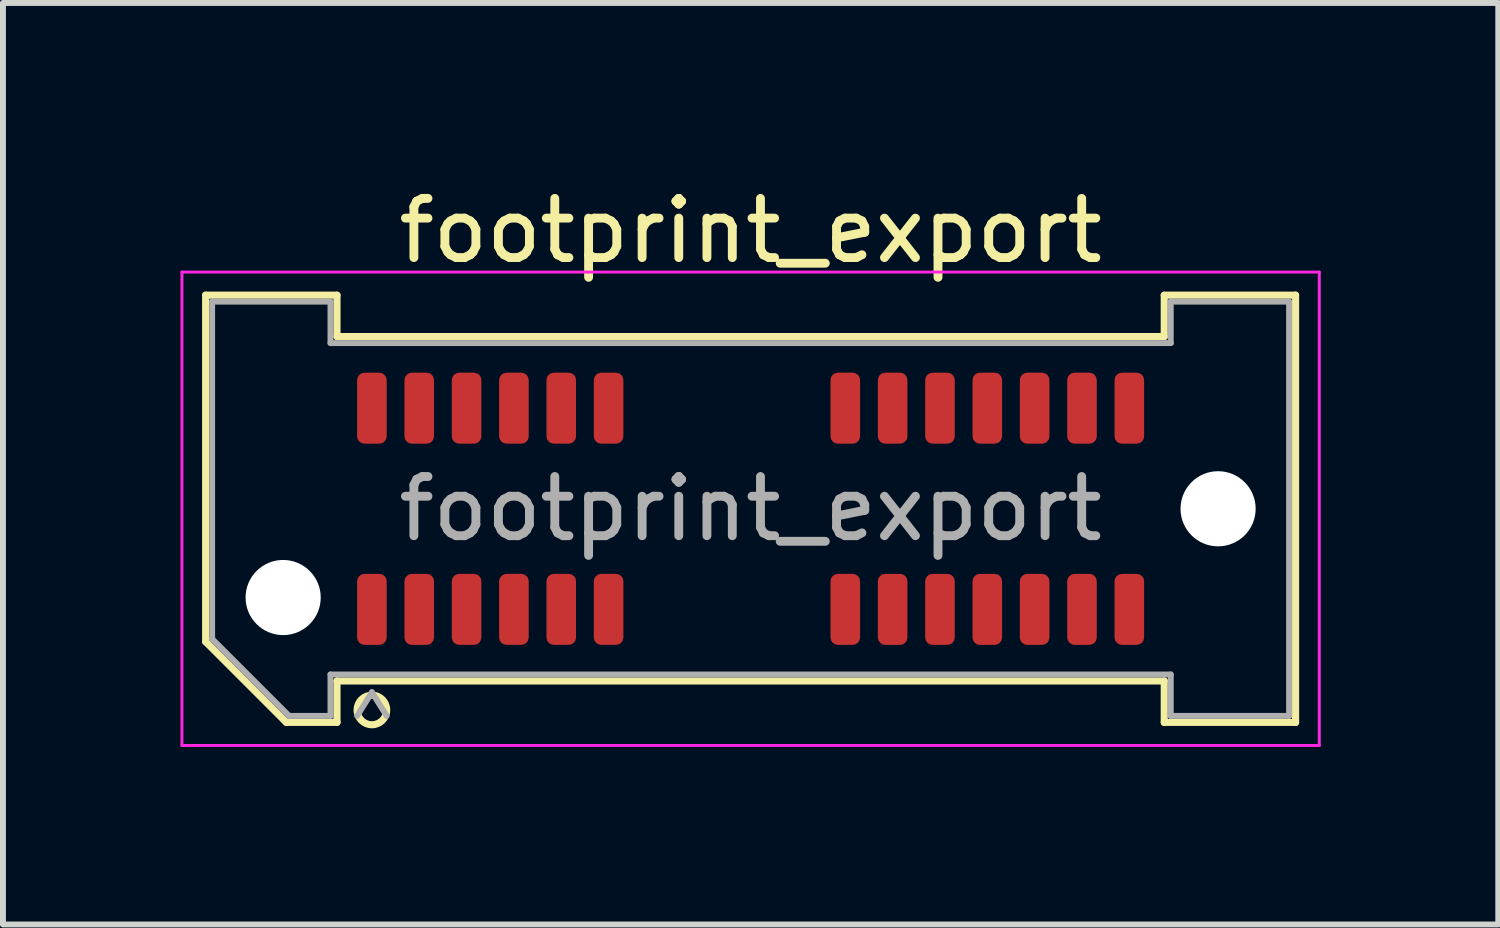
<source format=kicad_pcb>
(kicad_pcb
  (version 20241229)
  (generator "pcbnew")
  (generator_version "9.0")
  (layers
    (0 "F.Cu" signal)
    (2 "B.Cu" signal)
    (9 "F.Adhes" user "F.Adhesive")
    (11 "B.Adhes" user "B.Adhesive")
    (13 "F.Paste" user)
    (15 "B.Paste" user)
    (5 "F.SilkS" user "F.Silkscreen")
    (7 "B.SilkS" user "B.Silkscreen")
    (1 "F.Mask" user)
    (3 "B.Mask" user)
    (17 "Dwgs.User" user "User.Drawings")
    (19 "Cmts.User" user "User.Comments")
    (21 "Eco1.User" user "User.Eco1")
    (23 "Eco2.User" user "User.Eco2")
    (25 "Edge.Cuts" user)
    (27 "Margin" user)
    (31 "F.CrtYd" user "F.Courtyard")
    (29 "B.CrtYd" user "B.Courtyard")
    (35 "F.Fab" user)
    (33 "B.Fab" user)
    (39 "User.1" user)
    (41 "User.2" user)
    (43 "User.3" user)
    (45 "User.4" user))
  (footprint "footprint_export"
    (layer "F.Cu")
    (at 9.635 5.548)
    (property "Reference" "footprint_export" (at 0 -4.7 0) (layer "F.SilkS") (effects (font (size 1 1) (thickness 0.15))))
    (attr smd)
    (fp_line (start -9.21 -3.61) (end -6.99 -3.61) (stroke (width 0.12) (type solid)) (layer "F.SilkS"))
    (fp_line (start -9.21 2.246) (end -9.21 -3.61) (stroke (width 0.12) (type solid)) (layer "F.SilkS"))
    (fp_line (start -7.846 3.61) (end -9.21 2.246) (stroke (width 0.12) (type solid)) (layer "F.SilkS"))
    (fp_line (start -6.99 -3.61) (end -6.99 -2.91) (stroke (width 0.12) (type solid)) (layer "F.SilkS"))
    (fp_line (start -6.99 -2.91) (end 6.99 -2.91) (stroke (width 0.12) (type solid)) (layer "F.SilkS"))
    (fp_line (start -6.99 2.91) (end -6.99 3.61) (stroke (width 0.12) (type solid)) (layer "F.SilkS"))
    (fp_line (start -6.99 3.61) (end -7.846 3.61) (stroke (width 0.12) (type solid)) (layer "F.SilkS"))
    (fp_line (start 6.99 -3.61) (end 9.21 -3.61) (stroke (width 0.12) (type solid)) (layer "F.SilkS"))
    (fp_line (start 6.99 -2.91) (end 6.99 -3.61) (stroke (width 0.12) (type solid)) (layer "F.SilkS"))
    (fp_line (start 6.99 2.91) (end -6.99 2.91) (stroke (width 0.12) (type solid)) (layer "F.SilkS"))
    (fp_line (start 6.99 3.61) (end 6.99 2.91) (stroke (width 0.12) (type solid)) (layer "F.SilkS"))
    (fp_line (start 9.21 -3.61) (end 9.21 3.61) (stroke (width 0.12) (type solid)) (layer "F.SilkS"))
    (fp_line (start 9.21 3.61) (end 6.99 3.61) (stroke (width 0.12) (type solid)) (layer "F.SilkS"))
    (fp_arc (start -6.15 3.4) (mid -6.65 3.4) (end -6.15 3.4) (stroke (width 0.12) (type solid)) (layer "F.SilkS"))
    (fp_line (start -9.61 -4) (end -9.61 4) (stroke (width 0.05) (type solid)) (layer "F.CrtYd"))
    (fp_line (start -9.61 4) (end 9.61 4) (stroke (width 0.05) (type solid)) (layer "F.CrtYd"))
    (fp_line (start 9.61 -4) (end -9.61 -4) (stroke (width 0.05) (type solid)) (layer "F.CrtYd"))
    (fp_line (start 9.61 4) (end 9.61 -4) (stroke (width 0.05) (type solid)) (layer "F.CrtYd"))
    (fp_line (start -9.1 -3.5) (end -7.1 -3.5) (stroke (width 0.1) (type solid)) (layer "F.Fab"))
    (fp_line (start -9.1 2.2) (end -9.1 -3.5) (stroke (width 0.1) (type solid)) (layer "F.Fab"))
    (fp_line (start -7.8 3.5) (end -9.1 2.2) (stroke (width 0.1) (type solid)) (layer "F.Fab"))
    (fp_line (start -7.1 -3.5) (end -7.1 -2.8) (stroke (width 0.1) (type solid)) (layer "F.Fab"))
    (fp_line (start -7.1 -2.8) (end 7.1 -2.8) (stroke (width 0.1) (type solid)) (layer "F.Fab"))
    (fp_line (start -7.1 2.8) (end -7.1 3.5) (stroke (width 0.1) (type solid)) (layer "F.Fab"))
    (fp_line (start -7.1 3.5) (end -7.8 3.5) (stroke (width 0.1) (type solid)) (layer "F.Fab"))
    (fp_line (start -6.4 3.1) (end -6.65 3.5) (stroke (width 0.1) (type solid)) (layer "F.Fab"))
    (fp_line (start -6.4 3.1) (end -6.15 3.5) (stroke (width 0.1) (type solid)) (layer "F.Fab"))
    (fp_line (start 7.1 -3.5) (end 9.1 -3.5) (stroke (width 0.1) (type solid)) (layer "F.Fab"))
    (fp_line (start 7.1 -2.8) (end 7.1 -3.5) (stroke (width 0.1) (type solid)) (layer "F.Fab"))
    (fp_line (start 7.1 2.8) (end -7.1 2.8) (stroke (width 0.1) (type solid)) (layer "F.Fab"))
    (fp_line (start 7.1 3.5) (end 7.1 2.8) (stroke (width 0.1) (type solid)) (layer "F.Fab"))
    (fp_line (start 9.1 -3.5) (end 9.1 3.5) (stroke (width 0.1) (type solid)) (layer "F.Fab"))
    (fp_line (start 9.1 3.5) (end 7.1 3.5) (stroke (width 0.1) (type solid)) (layer "F.Fab"))
    (fp_text user "${REFERENCE}" (at 0 0 0) (layer "F.Fab") (effects (font (size 1 1) (thickness 0.15))))
    (pad "" np_thru_hole circle (at -7.9 1.5) (size 1.27 1.27) (drill 1.27) (layers "*.Cu" "*.Mask"))
    (pad "" np_thru_hole circle (at 7.9 0) (size 1.27 1.27) (drill 1.27) (layers "*.Cu" "*.Mask"))
    (pad "1" smd roundrect (at -6.4 1.7) (size 0.5 1.2) (layers "F.Cu" "F.Mask" "F.Paste") (roundrect_rratio 0.25))
    (pad "2" smd roundrect (at -6.4 -1.7) (size 0.5 1.2) (layers "F.Cu" "F.Mask" "F.Paste") (roundrect_rratio 0.25))
    (pad "3" smd roundrect (at -5.6 1.7) (size 0.5 1.2) (layers "F.Cu" "F.Mask" "F.Paste") (roundrect_rratio 0.25))
    (pad "4" smd roundrect (at -5.6 -1.7) (size 0.5 1.2) (layers "F.Cu" "F.Mask" "F.Paste") (roundrect_rratio 0.25))
    (pad "5" smd roundrect (at -4.8 1.7) (size 0.5 1.2) (layers "F.Cu" "F.Mask" "F.Paste") (roundrect_rratio 0.25))
    (pad "6" smd roundrect (at -4.8 -1.7) (size 0.5 1.2) (layers "F.Cu" "F.Mask" "F.Paste") (roundrect_rratio 0.25))
    (pad "7" smd roundrect (at -4 1.7) (size 0.5 1.2) (layers "F.Cu" "F.Mask" "F.Paste") (roundrect_rratio 0.25))
    (pad "8" smd roundrect (at -4 -1.7) (size 0.5 1.2) (layers "F.Cu" "F.Mask" "F.Paste") (roundrect_rratio 0.25))
    (pad "9" smd roundrect (at -3.2 1.7) (size 0.5 1.2) (layers "F.Cu" "F.Mask" "F.Paste") (roundrect_rratio 0.25))
    (pad "10" smd roundrect (at -3.2 -1.7) (size 0.5 1.2) (layers "F.Cu" "F.Mask" "F.Paste") (roundrect_rratio 0.25))
    (pad "11" smd roundrect (at -2.4 1.7) (size 0.5 1.2) (layers "F.Cu" "F.Mask" "F.Paste") (roundrect_rratio 0.25))
    (pad "12" smd roundrect (at -2.4 -1.7) (size 0.5 1.2) (layers "F.Cu" "F.Mask" "F.Paste") (roundrect_rratio 0.25))
    (pad "13" smd roundrect (at 1.6 1.7) (size 0.5 1.2) (layers "F.Cu" "F.Mask" "F.Paste") (roundrect_rratio 0.25))
    (pad "14" smd roundrect (at 1.6 -1.7) (size 0.5 1.2) (layers "F.Cu" "F.Mask" "F.Paste") (roundrect_rratio 0.25))
    (pad "15" smd roundrect (at 2.4 1.7) (size 0.5 1.2) (layers "F.Cu" "F.Mask" "F.Paste") (roundrect_rratio 0.25))
    (pad "16" smd roundrect (at 2.4 -1.7) (size 0.5 1.2) (layers "F.Cu" "F.Mask" "F.Paste") (roundrect_rratio 0.25))
    (pad "17" smd roundrect (at 3.2 1.7) (size 0.5 1.2) (layers "F.Cu" "F.Mask" "F.Paste") (roundrect_rratio 0.25))
    (pad "18" smd roundrect (at 3.2 -1.7) (size 0.5 1.2) (layers "F.Cu" "F.Mask" "F.Paste") (roundrect_rratio 0.25))
    (pad "19" smd roundrect (at 4 1.7) (size 0.5 1.2) (layers "F.Cu" "F.Mask" "F.Paste") (roundrect_rratio 0.25))
    (pad "20" smd roundrect (at 4 -1.7) (size 0.5 1.2) (layers "F.Cu" "F.Mask" "F.Paste") (roundrect_rratio 0.25))
    (pad "21" smd roundrect (at 4.8 1.7) (size 0.5 1.2) (layers "F.Cu" "F.Mask" "F.Paste") (roundrect_rratio 0.25))
    (pad "22" smd roundrect (at 4.8 -1.7) (size 0.5 1.2) (layers "F.Cu" "F.Mask" "F.Paste") (roundrect_rratio 0.25))
    (pad "23" smd roundrect (at 5.6 1.7) (size 0.5 1.2) (layers "F.Cu" "F.Mask" "F.Paste") (roundrect_rratio 0.25))
    (pad "24" smd roundrect (at 5.6 -1.7) (size 0.5 1.2) (layers "F.Cu" "F.Mask" "F.Paste") (roundrect_rratio 0.25))
    (pad "25" smd roundrect (at 6.4 1.7) (size 0.5 1.2) (layers "F.Cu" "F.Mask" "F.Paste") (roundrect_rratio 0.25))
    (pad "26" smd roundrect (at 6.4 -1.7) (size 0.5 1.2) (layers "F.Cu" "F.Mask" "F.Paste") (roundrect_rratio 0.25)))
  (gr_rect
    (start -3 -3)
    (end 22.27 12.573)
    (stroke (width 0.1) (type default))
    (fill no)
    (layer "Edge.Cuts")))
</source>
